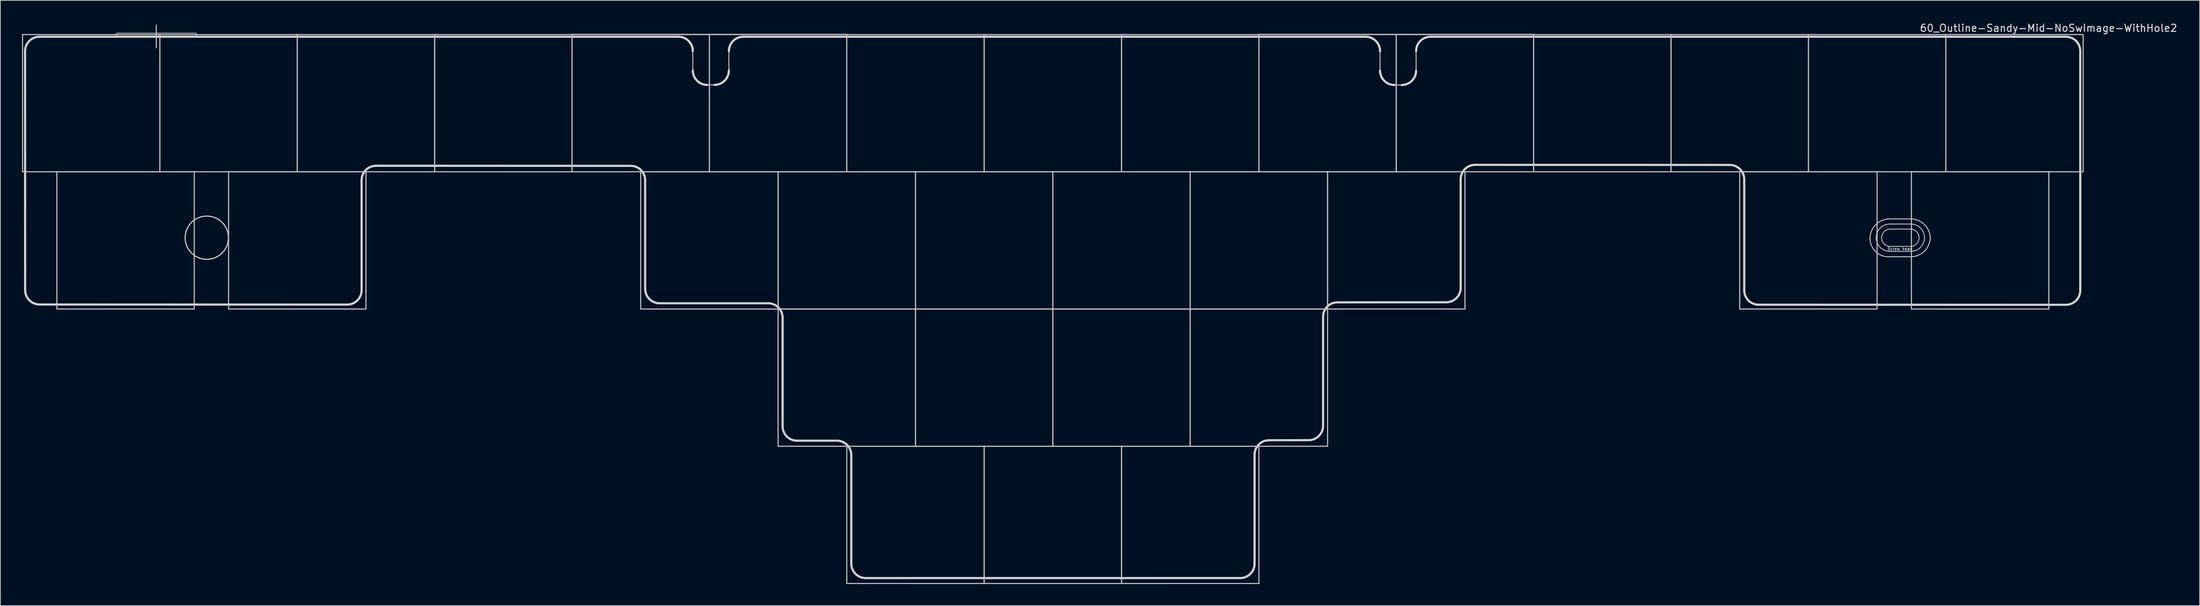
<source format=kicad_pcb>
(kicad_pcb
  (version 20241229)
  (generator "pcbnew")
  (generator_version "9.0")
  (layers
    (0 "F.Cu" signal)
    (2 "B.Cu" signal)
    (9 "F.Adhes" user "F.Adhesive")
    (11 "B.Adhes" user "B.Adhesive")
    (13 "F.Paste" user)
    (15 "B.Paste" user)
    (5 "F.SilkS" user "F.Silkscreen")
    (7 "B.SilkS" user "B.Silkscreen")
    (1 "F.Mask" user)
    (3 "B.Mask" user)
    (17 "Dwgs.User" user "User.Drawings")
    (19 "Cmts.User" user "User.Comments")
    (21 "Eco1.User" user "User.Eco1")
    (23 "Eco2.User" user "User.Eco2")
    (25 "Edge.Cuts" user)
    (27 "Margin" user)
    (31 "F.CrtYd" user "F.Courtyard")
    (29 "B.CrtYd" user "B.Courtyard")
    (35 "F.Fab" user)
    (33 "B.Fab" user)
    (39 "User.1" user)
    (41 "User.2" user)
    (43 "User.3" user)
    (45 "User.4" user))
  (footprint "60_Outline-Sandy-Mid-NoSwImage-WithHole2"
    (layer "F.Cu")
    (at 142.95 39.848)
    (property "Reference" "60_Outline-Sandy-Mid-NoSwImage-WithHole2" (at 138.075 -39 0) (layer "Edge.Cuts") (effects (font (size 1 1) (thickness 0.15))))
    (attr through_hole)
    (fp_line (start -142.875 -38.1) (end -123.825 -38.1) (stroke (width 0.15) (type solid)) (layer "Dwgs.User"))
    (fp_line (start -142.875 -19.05) (end -142.875 -38.1) (stroke (width 0.15) (type solid)) (layer "Dwgs.User"))
    (fp_line (start -138.113 -19.05) (end -119.062 -19.05) (stroke (width 0.15) (type solid)) (layer "Dwgs.User"))
    (fp_line (start -138.113 0) (end -138.113 -19.05) (stroke (width 0.15) (type solid)) (layer "Dwgs.User"))
    (fp_line (start -129.825 -38.3) (end -118.825 -38.3) (stroke (width 0.1) (type solid)) (layer "Dwgs.User"))
    (fp_line (start -124.325 -39.4) (end -124.325 -36.25) (stroke (width 0.15) (type solid)) (layer "Dwgs.User"))
    (fp_line (start -123.825 -38.1) (end -123.825 -19.05) (stroke (width 0.15) (type solid)) (layer "Dwgs.User"))
    (fp_line (start -123.825 -38.1) (end -104.775 -38.1) (stroke (width 0.15) (type solid)) (layer "Dwgs.User"))
    (fp_line (start -123.825 -19.05) (end -142.875 -19.05) (stroke (width 0.15) (type solid)) (layer "Dwgs.User"))
    (fp_line (start -123.825 -19.05) (end -123.825 -38.1) (stroke (width 0.15) (type solid)) (layer "Dwgs.User"))
    (fp_line (start -119.062 -19.05) (end -119.062 0) (stroke (width 0.15) (type solid)) (layer "Dwgs.User"))
    (fp_line (start -119.062 0) (end -138.113 0) (stroke (width 0.15) (type solid)) (layer "Dwgs.User"))
    (fp_line (start -114.3 -19.05) (end -95.25 -19.05) (stroke (width 0.15) (type solid)) (layer "Dwgs.User"))
    (fp_line (start -114.3 0) (end -114.3 -19.05) (stroke (width 0.15) (type solid)) (layer "Dwgs.User"))
    (fp_line (start -104.775 -38.1) (end -104.775 -19.05) (stroke (width 0.15) (type solid)) (layer "Dwgs.User"))
    (fp_line (start -104.775 -38.1) (end -85.725 -38.1) (stroke (width 0.15) (type solid)) (layer "Dwgs.User"))
    (fp_line (start -104.775 -19.05) (end -123.825 -19.05) (stroke (width 0.15) (type solid)) (layer "Dwgs.User"))
    (fp_line (start -104.775 -19.05) (end -104.775 -38.1) (stroke (width 0.15) (type solid)) (layer "Dwgs.User"))
    (fp_line (start -95.25 -19.05) (end -95.25 0) (stroke (width 0.15) (type solid)) (layer "Dwgs.User"))
    (fp_line (start -95.25 0) (end -114.3 0) (stroke (width 0.15) (type solid)) (layer "Dwgs.User"))
    (fp_line (start -85.725 -38.1) (end -85.725 -19.05) (stroke (width 0.15) (type solid)) (layer "Dwgs.User"))
    (fp_line (start -85.725 -38.1) (end -66.675 -38.1) (stroke (width 0.15) (type solid)) (layer "Dwgs.User"))
    (fp_line (start -85.725 -19.05) (end -104.775 -19.05) (stroke (width 0.15) (type solid)) (layer "Dwgs.User"))
    (fp_line (start -85.725 -19.05) (end -85.725 -38.1) (stroke (width 0.15) (type solid)) (layer "Dwgs.User"))
    (fp_line (start -66.7 -38.125) (end -47.65 -38.125) (stroke (width 0.15) (type solid)) (layer "Dwgs.User"))
    (fp_line (start -66.675 -38.1) (end -66.675 -19.05) (stroke (width 0.15) (type solid)) (layer "Dwgs.User"))
    (fp_line (start -66.675 -38.1) (end -47.625 -38.1) (stroke (width 0.15) (type solid)) (layer "Dwgs.User"))
    (fp_line (start -66.675 -19.05) (end -85.725 -19.05) (stroke (width 0.15) (type solid)) (layer "Dwgs.User"))
    (fp_line (start -66.675 -19.05) (end -66.675 -38.1) (stroke (width 0.15) (type solid)) (layer "Dwgs.User"))
    (fp_line (start -57.15 -19.05) (end -38.1 -19.05) (stroke (width 0.15) (type solid)) (layer "Dwgs.User"))
    (fp_line (start -57.15 0) (end -57.15 -19.05) (stroke (width 0.15) (type solid)) (layer "Dwgs.User"))
    (fp_line (start -47.65 -38.125) (end -28.6 -38.125) (stroke (width 0.15) (type solid)) (layer "Dwgs.User"))
    (fp_line (start -47.625 -38.1) (end -47.625 -19.05) (stroke (width 0.15) (type solid)) (layer "Dwgs.User"))
    (fp_line (start -47.625 -38.1) (end -28.575 -38.1) (stroke (width 0.15) (type solid)) (layer "Dwgs.User"))
    (fp_line (start -47.625 -19.05) (end -66.675 -19.05) (stroke (width 0.15) (type solid)) (layer "Dwgs.User"))
    (fp_line (start -47.625 -19.05) (end -47.625 -38.1) (stroke (width 0.15) (type solid)) (layer "Dwgs.User"))
    (fp_line (start -38.1 -19.05) (end -38.1 0) (stroke (width 0.15) (type solid)) (layer "Dwgs.User"))
    (fp_line (start -38.1 -19.05) (end -19.05 -19.05) (stroke (width 0.15) (type solid)) (layer "Dwgs.User"))
    (fp_line (start -38.1 0) (end -57.15 0) (stroke (width 0.15) (type solid)) (layer "Dwgs.User"))
    (fp_line (start -38.1 0) (end -38.1 -19.05) (stroke (width 0.15) (type solid)) (layer "Dwgs.User"))
    (fp_line (start -38.1 0) (end -19.05 0) (stroke (width 0.15) (type solid)) (layer "Dwgs.User"))
    (fp_line (start -38.1 19.05) (end -38.1 0) (stroke (width 0.15) (type solid)) (layer "Dwgs.User"))
    (fp_line (start -28.575 -38.1) (end -28.575 -19.05) (stroke (width 0.15) (type solid)) (layer "Dwgs.User"))
    (fp_line (start -28.575 -38.1) (end -9.525 -38.1) (stroke (width 0.15) (type solid)) (layer "Dwgs.User"))
    (fp_line (start -28.575 -19.05) (end -47.625 -19.05) (stroke (width 0.15) (type solid)) (layer "Dwgs.User"))
    (fp_line (start -28.575 -19.05) (end -28.575 -38.1) (stroke (width 0.15) (type solid)) (layer "Dwgs.User"))
    (fp_line (start -28.575 19.05) (end -9.525 19.05) (stroke (width 0.15) (type solid)) (layer "Dwgs.User"))
    (fp_line (start -28.575 38.1) (end -28.575 19.05) (stroke (width 0.15) (type solid)) (layer "Dwgs.User"))
    (fp_line (start -19.05 -19.05) (end -19.05 0) (stroke (width 0.15) (type solid)) (layer "Dwgs.User"))
    (fp_line (start -19.05 -19.05) (end 0 -19.05) (stroke (width 0.15) (type solid)) (layer "Dwgs.User"))
    (fp_line (start -19.05 0) (end -38.1 0) (stroke (width 0.15) (type solid)) (layer "Dwgs.User"))
    (fp_line (start -19.05 0) (end -19.05 -19.05) (stroke (width 0.15) (type solid)) (layer "Dwgs.User"))
    (fp_line (start -19.05 0) (end -19.05 19.05) (stroke (width 0.15) (type solid)) (layer "Dwgs.User"))
    (fp_line (start -19.05 0) (end 0 0) (stroke (width 0.15) (type solid)) (layer "Dwgs.User"))
    (fp_line (start -19.05 19.05) (end -38.1 19.05) (stroke (width 0.15) (type solid)) (layer "Dwgs.User"))
    (fp_line (start -19.05 19.05) (end -19.05 0) (stroke (width 0.15) (type solid)) (layer "Dwgs.User"))
    (fp_line (start -9.525 -38.1) (end -9.525 -19.05) (stroke (width 0.15) (type solid)) (layer "Dwgs.User"))
    (fp_line (start -9.525 -38.1) (end 9.525 -38.1) (stroke (width 0.15) (type solid)) (layer "Dwgs.User"))
    (fp_line (start -9.525 -19.05) (end -28.575 -19.05) (stroke (width 0.15) (type solid)) (layer "Dwgs.User"))
    (fp_line (start -9.525 -19.05) (end -9.525 -38.1) (stroke (width 0.15) (type solid)) (layer "Dwgs.User"))
    (fp_line (start -9.525 19.05) (end -9.525 38.1) (stroke (width 0.15) (type solid)) (layer "Dwgs.User"))
    (fp_line (start -9.525 19.05) (end 9.525 19.05) (stroke (width 0.15) (type solid)) (layer "Dwgs.User"))
    (fp_line (start -9.525 38.1) (end -28.575 38.1) (stroke (width 0.15) (type solid)) (layer "Dwgs.User"))
    (fp_line (start -9.525 38.1) (end -9.525 19.05) (stroke (width 0.15) (type solid)) (layer "Dwgs.User"))
    (fp_line (start 0 -19.05) (end 0 0) (stroke (width 0.15) (type solid)) (layer "Dwgs.User"))
    (fp_line (start 0 -19.05) (end 19.05 -19.05) (stroke (width 0.15) (type solid)) (layer "Dwgs.User"))
    (fp_line (start 0 0) (end -19.05 0) (stroke (width 0.15) (type solid)) (layer "Dwgs.User"))
    (fp_line (start 0 0) (end 0 -19.05) (stroke (width 0.15) (type solid)) (layer "Dwgs.User"))
    (fp_line (start 0 0) (end 0 19.05) (stroke (width 0.15) (type solid)) (layer "Dwgs.User"))
    (fp_line (start 0 0) (end 19.05 0) (stroke (width 0.15) (type solid)) (layer "Dwgs.User"))
    (fp_line (start 0 19.05) (end -19.05 19.05) (stroke (width 0.15) (type solid)) (layer "Dwgs.User"))
    (fp_line (start 0 19.05) (end 0 0) (stroke (width 0.15) (type solid)) (layer "Dwgs.User"))
    (fp_line (start 9.525 -38.1) (end 9.525 -19.05) (stroke (width 0.15) (type solid)) (layer "Dwgs.User"))
    (fp_line (start 9.525 -38.1) (end 28.575 -38.1) (stroke (width 0.15) (type solid)) (layer "Dwgs.User"))
    (fp_line (start 9.525 -19.05) (end -9.525 -19.05) (stroke (width 0.15) (type solid)) (layer "Dwgs.User"))
    (fp_line (start 9.525 -19.05) (end 9.525 -38.1) (stroke (width 0.15) (type solid)) (layer "Dwgs.User"))
    (fp_line (start 9.525 19.05) (end 9.525 38.1) (stroke (width 0.15) (type solid)) (layer "Dwgs.User"))
    (fp_line (start 9.525 19.05) (end 28.575 19.05) (stroke (width 0.15) (type solid)) (layer "Dwgs.User"))
    (fp_line (start 9.525 38.1) (end -9.525 38.1) (stroke (width 0.15) (type solid)) (layer "Dwgs.User"))
    (fp_line (start 9.525 38.1) (end 9.525 19.05) (stroke (width 0.15) (type solid)) (layer "Dwgs.User"))
    (fp_line (start 19.05 -19.05) (end 19.05 0) (stroke (width 0.15) (type solid)) (layer "Dwgs.User"))
    (fp_line (start 19.05 -19.05) (end 38.1 -19.05) (stroke (width 0.15) (type solid)) (layer "Dwgs.User"))
    (fp_line (start 19.05 0) (end 0 0) (stroke (width 0.15) (type solid)) (layer "Dwgs.User"))
    (fp_line (start 19.05 0) (end 19.05 -19.05) (stroke (width 0.15) (type solid)) (layer "Dwgs.User"))
    (fp_line (start 19.05 0) (end 19.05 19.05) (stroke (width 0.15) (type solid)) (layer "Dwgs.User"))
    (fp_line (start 19.05 0) (end 38.1 0) (stroke (width 0.15) (type solid)) (layer "Dwgs.User"))
    (fp_line (start 19.05 19.05) (end 0 19.05) (stroke (width 0.15) (type solid)) (layer "Dwgs.User"))
    (fp_line (start 19.05 19.05) (end 19.05 0) (stroke (width 0.15) (type solid)) (layer "Dwgs.User"))
    (fp_line (start 28.55 -38.125) (end 47.6 -38.125) (stroke (width 0.15) (type solid)) (layer "Dwgs.User"))
    (fp_line (start 28.575 -38.1) (end 28.575 -19.05) (stroke (width 0.15) (type solid)) (layer "Dwgs.User"))
    (fp_line (start 28.575 -38.1) (end 47.625 -38.1) (stroke (width 0.15) (type solid)) (layer "Dwgs.User"))
    (fp_line (start 28.575 -19.05) (end 9.525 -19.05) (stroke (width 0.15) (type solid)) (layer "Dwgs.User"))
    (fp_line (start 28.575 -19.05) (end 28.575 -38.1) (stroke (width 0.15) (type solid)) (layer "Dwgs.User"))
    (fp_line (start 28.575 19.05) (end 28.575 38.1) (stroke (width 0.15) (type solid)) (layer "Dwgs.User"))
    (fp_line (start 28.575 38.1) (end 9.525 38.1) (stroke (width 0.15) (type solid)) (layer "Dwgs.User"))
    (fp_line (start 38.1 -19.05) (end 38.1 0) (stroke (width 0.15) (type solid)) (layer "Dwgs.User"))
    (fp_line (start 38.1 -19.05) (end 57.15 -19.05) (stroke (width 0.15) (type solid)) (layer "Dwgs.User"))
    (fp_line (start 38.1 0) (end 19.05 0) (stroke (width 0.15) (type solid)) (layer "Dwgs.User"))
    (fp_line (start 38.1 0) (end 38.1 -19.05) (stroke (width 0.15) (type solid)) (layer "Dwgs.User"))
    (fp_line (start 38.1 0) (end 38.1 19.05) (stroke (width 0.15) (type solid)) (layer "Dwgs.User"))
    (fp_line (start 38.1 19.05) (end 19.05 19.05) (stroke (width 0.15) (type solid)) (layer "Dwgs.User"))
    (fp_line (start 47.6 -38.125) (end 66.65 -38.125) (stroke (width 0.15) (type solid)) (layer "Dwgs.User"))
    (fp_line (start 47.625 -38.1) (end 47.625 -19.05) (stroke (width 0.15) (type solid)) (layer "Dwgs.User"))
    (fp_line (start 47.625 -38.1) (end 66.675 -38.1) (stroke (width 0.15) (type solid)) (layer "Dwgs.User"))
    (fp_line (start 47.625 -19.05) (end 28.575 -19.05) (stroke (width 0.15) (type solid)) (layer "Dwgs.User"))
    (fp_line (start 47.625 -19.05) (end 47.625 -38.1) (stroke (width 0.15) (type solid)) (layer "Dwgs.User"))
    (fp_line (start 57.15 -19.05) (end 57.15 0) (stroke (width 0.15) (type solid)) (layer "Dwgs.User"))
    (fp_line (start 57.15 0) (end 38.1 0) (stroke (width 0.15) (type solid)) (layer "Dwgs.User"))
    (fp_line (start 66.675 -38.1) (end 66.675 -19.05) (stroke (width 0.15) (type solid)) (layer "Dwgs.User"))
    (fp_line (start 66.675 -38.1) (end 85.725 -38.1) (stroke (width 0.15) (type solid)) (layer "Dwgs.User"))
    (fp_line (start 66.675 -19.05) (end 47.625 -19.05) (stroke (width 0.15) (type solid)) (layer "Dwgs.User"))
    (fp_line (start 66.675 -19.05) (end 66.675 -38.1) (stroke (width 0.15) (type solid)) (layer "Dwgs.User"))
    (fp_line (start 85.725 -38.1) (end 85.725 -19.05) (stroke (width 0.15) (type solid)) (layer "Dwgs.User"))
    (fp_line (start 85.725 -38.1) (end 104.775 -38.1) (stroke (width 0.15) (type solid)) (layer "Dwgs.User"))
    (fp_line (start 85.725 -19.05) (end 66.675 -19.05) (stroke (width 0.15) (type solid)) (layer "Dwgs.User"))
    (fp_line (start 85.725 -19.05) (end 85.725 -38.1) (stroke (width 0.15) (type solid)) (layer "Dwgs.User"))
    (fp_line (start 95.25 -19.05) (end 114.3 -19.05) (stroke (width 0.15) (type solid)) (layer "Dwgs.User"))
    (fp_line (start 95.25 0) (end 95.25 -19.05) (stroke (width 0.15) (type solid)) (layer "Dwgs.User"))
    (fp_line (start 104.775 -38.1) (end 104.775 -19.05) (stroke (width 0.15) (type solid)) (layer "Dwgs.User"))
    (fp_line (start 104.775 -38.1) (end 123.825 -38.1) (stroke (width 0.15) (type solid)) (layer "Dwgs.User"))
    (fp_line (start 104.775 -19.05) (end 85.725 -19.05) (stroke (width 0.15) (type solid)) (layer "Dwgs.User"))
    (fp_line (start 104.775 -19.05) (end 104.775 -38.1) (stroke (width 0.15) (type solid)) (layer "Dwgs.User"))
    (fp_line (start 114.3 -19.05) (end 114.3 0) (stroke (width 0.15) (type solid)) (layer "Dwgs.User"))
    (fp_line (start 114.3 0) (end 95.25 0) (stroke (width 0.15) (type solid)) (layer "Dwgs.User"))
    (fp_line (start 116.075 -11.8) (end 118.975 -11.8) (stroke (width 0.12) (type solid)) (layer "Dwgs.User"))
    (fp_line (start 116.075 -8) (end 118.975 -8) (stroke (width 0.12) (type solid)) (layer "Dwgs.User"))
    (fp_line (start 116.123 -11.099) (end 118.923 -11.099) (stroke (width 0.12) (type solid)) (layer "Dwgs.User"))
    (fp_line (start 118.923 -8.699) (end 116.123 -8.699) (stroke (width 0.12) (type solid)) (layer "Dwgs.User"))
    (fp_line (start 119.062 -19.05) (end 138.113 -19.05) (stroke (width 0.15) (type solid)) (layer "Dwgs.User"))
    (fp_line (start 119.062 0) (end 119.062 -19.05) (stroke (width 0.15) (type solid)) (layer "Dwgs.User"))
    (fp_line (start 123.825 -38.1) (end 123.825 -19.05) (stroke (width 0.15) (type solid)) (layer "Dwgs.User"))
    (fp_line (start 123.825 -38.1) (end 142.875 -38.1) (stroke (width 0.15) (type solid)) (layer "Dwgs.User"))
    (fp_line (start 123.825 -19.05) (end 104.775 -19.05) (stroke (width 0.15) (type solid)) (layer "Dwgs.User"))
    (fp_line (start 123.825 -19.05) (end 123.825 -38.1) (stroke (width 0.15) (type solid)) (layer "Dwgs.User"))
    (fp_line (start 138.113 -19.05) (end 138.113 0) (stroke (width 0.15) (type solid)) (layer "Dwgs.User"))
    (fp_line (start 138.113 0) (end 119.062 0) (stroke (width 0.15) (type solid)) (layer "Dwgs.User"))
    (fp_line (start 142.875 -38.1) (end 142.875 -19.05) (stroke (width 0.15) (type solid)) (layer "Dwgs.User"))
    (fp_line (start 142.875 -19.05) (end 123.825 -19.05) (stroke (width 0.15) (type solid)) (layer "Dwgs.User"))
    (fp_arc (start -129.825 -38.30004) (mid -129.971447 -37.946487) (end -130.325 -37.80004) (stroke (width 0.1) (type solid)) (layer "Dwgs.User"))
    (fp_arc (start -118.325 -37.80004) (mid -118.678553 -37.946487) (end -118.825 -38.30004) (stroke (width 0.1) (type solid)) (layer "Dwgs.User"))
    (fp_arc (start 114.175 -9.90004) (mid 114.731497 -11.243543) (end 116.075 -11.80004) (stroke (width 0.12) (type solid)) (layer "Dwgs.User"))
    (fp_arc (start 114.923491 -9.898554) (mid 115.274967 -10.747076) (end 116.123491 -11.098554) (stroke (width 0.12) (type solid)) (layer "Dwgs.User"))
    (fp_arc (start 116.075 -8.00004) (mid 114.731497 -8.556537) (end 114.175 -9.90004) (stroke (width 0.12) (type solid)) (layer "Dwgs.User"))
    (fp_arc (start 116.123491 -8.698554) (mid 115.275003 -9.050059) (end 114.923491 -9.898554) (stroke (width 0.12) (type solid)) (layer "Dwgs.User"))
    (fp_arc (start 118.923491 -11.098554) (mid 119.772059 -10.747115) (end 120.123491 -9.898554) (stroke (width 0.12) (type solid)) (layer "Dwgs.User"))
    (fp_arc (start 118.975 -11.80004) (mid 120.318503 -11.243543) (end 120.875 -9.90004) (stroke (width 0.12) (type solid)) (layer "Dwgs.User"))
    (fp_arc (start 120.123491 -9.898554) (mid 119.772024 -9.05002) (end 118.923491 -8.698554) (stroke (width 0.12) (type solid)) (layer "Dwgs.User"))
    (fp_arc (start 120.875 -9.90004) (mid 120.318503 -8.556537) (end 118.975 -8.00004) (stroke (width 0.12) (type solid)) (layer "Dwgs.User"))
    (fp_circle (center -117.325 -9.9) (end -116.025 -9.9) (stroke (width 0.15) (type solid)) (fill no) (layer "Eco1.User"))
    (fp_circle (center -117.325 -9.9) (end -114.925 -9.9) (stroke (width 0.15) (type solid)) (fill no) (layer "Eco1.User"))
    (fp_circle (center -47.625 -33.55) (end -45.425 -33.55) (stroke (width 0.15) (type solid)) (fill no) (layer "Eco1.User"))
    (fp_circle (center 47.625 -33.55) (end 49.825 -33.55) (stroke (width 0.15) (type solid)) (fill no) (layer "Eco1.User"))
    (fp_line (start -142.511 -2.628) (end -142.525 -35.8) (stroke (width 0.3) (type solid)) (layer "Edge.Cuts"))
    (fp_line (start -140.511 -0.628) (end -97.855 -0.614) (stroke (width 0.3) (type solid)) (layer "Edge.Cuts"))
    (fp_line (start -95.855 -2.614) (end -95.855 -17.886) (stroke (width 0.3) (type solid)) (layer "Edge.Cuts"))
    (fp_line (start -93.855 -19.886) (end -58.535 -19.875) (stroke (width 0.3) (type solid)) (layer "Edge.Cuts"))
    (fp_line (start -56.535 -2.8) (end -56.535 -17.875) (stroke (width 0.3) (type solid)) (layer "Edge.Cuts"))
    (fp_line (start -54.535 -0.8) (end -39.475 -0.8) (stroke (width 0.3) (type solid)) (layer "Edge.Cuts"))
    (fp_line (start -51.925 -37.8) (end -140.525 -37.8) (stroke (width 0.3) (type solid)) (layer "Edge.Cuts"))
    (fp_line (start -49.925 -33.114) (end -49.925 -35.8) (stroke (width 0.12) (type solid)) (layer "Edge.Cuts"))
    (fp_line (start -47.925 -31.114) (end -46.925 -31.114) (stroke (width 0.12) (type solid)) (layer "Edge.Cuts"))
    (fp_line (start -44.925 -35.8) (end -44.925 -33.114) (stroke (width 0.12) (type solid)) (layer "Edge.Cuts"))
    (fp_line (start -37.475 16.275) (end -37.475 1.2) (stroke (width 0.3) (type solid)) (layer "Edge.Cuts"))
    (fp_line (start -35.475 18.275) (end -29.95 18.275) (stroke (width 0.3) (type solid)) (layer "Edge.Cuts"))
    (fp_line (start -27.95 35.35) (end -27.95 20.275) (stroke (width 0.3) (type solid)) (layer "Edge.Cuts"))
    (fp_line (start -25.95 37.35) (end 25.975 37.346) (stroke (width 0.3) (type solid)) (layer "Edge.Cuts"))
    (fp_line (start 27.975 35.346) (end 27.975 20.214) (stroke (width 0.3) (type solid)) (layer "Edge.Cuts"))
    (fp_line (start 29.975 18.214) (end 35.475 18.204) (stroke (width 0.3) (type solid)) (layer "Edge.Cuts"))
    (fp_line (start 37.475 16.204) (end 37.475 1.073) (stroke (width 0.3) (type solid)) (layer "Edge.Cuts"))
    (fp_line (start 39.475 -0.927) (end 54.555 -0.937) (stroke (width 0.3) (type solid)) (layer "Edge.Cuts"))
    (fp_line (start 43.375 -37.8) (end -42.925 -37.8) (stroke (width 0.3) (type solid)) (layer "Edge.Cuts"))
    (fp_line (start 45.375 -33.1) (end 45.375 -35.8) (stroke (width 0.12) (type solid)) (layer "Edge.Cuts"))
    (fp_line (start 47.375 -31.1) (end 48.375 -31.1) (stroke (width 0.12) (type solid)) (layer "Edge.Cuts"))
    (fp_line (start 50.375 -35.8) (end 50.375 -33.1) (stroke (width 0.12) (type solid)) (layer "Edge.Cuts"))
    (fp_line (start 56.555 -2.937) (end 56.555 -18.012) (stroke (width 0.3) (type solid)) (layer "Edge.Cuts"))
    (fp_line (start 58.555 -20.012) (end 93.875 -20.002) (stroke (width 0.3) (type solid)) (layer "Edge.Cuts"))
    (fp_line (start 95.875 -2.6) (end 95.875 -18.002) (stroke (width 0.3) (type solid)) (layer "Edge.Cuts"))
    (fp_line (start 97.875 -0.6) (end 140.475 -0.586) (stroke (width 0.3) (type solid)) (layer "Edge.Cuts"))
    (fp_line (start 115.922 -12.509) (end 118.822 -12.509) (stroke (width 0.12) (type solid)) (layer "Edge.Cuts"))
    (fp_line (start 116.022 -7.259) (end 118.922 -7.259) (stroke (width 0.12) (type solid)) (layer "Edge.Cuts"))
    (fp_line (start 140.475 -37.8) (end 52.375 -37.8) (stroke (width 0.3) (type solid)) (layer "Edge.Cuts"))
    (fp_line (start 142.475 -2.586) (end 142.475 -35.8) (stroke (width 0.3) (type solid)) (layer "Edge.Cuts"))
    (fp_arc (start -142.525 -35.80004) (mid -141.939214 -37.214254) (end -140.525 -37.80004) (stroke (width 0.3) (type solid)) (layer "Edge.Cuts"))
    (fp_arc (start -140.510786 -0.628468) (mid -141.925 -1.214254) (end -142.510786 -2.628468) (stroke (width 0.3) (type solid)) (layer "Edge.Cuts"))
    (fp_arc (start -95.855 -17.885826) (mid -95.269214 -19.30004) (end -93.855 -19.885826) (stroke (width 0.3) (type solid)) (layer "Edge.Cuts"))
    (fp_arc (start -95.855 -2.614254) (mid -96.440786 -1.20004) (end -97.855 -0.614254) (stroke (width 0.3) (type solid)) (layer "Edge.Cuts"))
    (fp_arc (start -58.535 -19.87504) (mid -57.120786 -19.289254) (end -56.535 -17.87504) (stroke (width 0.3) (type solid)) (layer "Edge.Cuts"))
    (fp_arc (start -54.535 -0.80004) (mid -55.949214 -1.385826) (end -56.535 -2.80004) (stroke (width 0.3) (type solid)) (layer "Edge.Cuts"))
    (fp_arc (start -51.925001 -37.800041) (mid -50.510787 -37.214255) (end -49.925001 -35.800041) (stroke (width 0.3) (type solid)) (layer "Edge.Cuts"))
    (fp_arc (start -47.925001 -31.114261) (mid -49.339212 -31.70005) (end -49.925001 -33.114261) (stroke (width 0.3) (type solid)) (layer "Edge.Cuts"))
    (fp_arc (start -44.925 -35.80004) (mid -44.339214 -37.214254) (end -42.925 -37.80004) (stroke (width 0.3) (type solid)) (layer "Edge.Cuts"))
    (fp_arc (start -44.925 -33.114261) (mid -45.510779 -31.70004) (end -46.925 -31.114261) (stroke (width 0.3) (type solid)) (layer "Edge.Cuts"))
    (fp_arc (start -39.475 -0.80004) (mid -38.060786 -0.214254) (end -37.475 1.19996) (stroke (width 0.3) (type solid)) (layer "Edge.Cuts"))
    (fp_arc (start -35.475 18.27496) (mid -36.889214 17.689174) (end -37.475 16.27496) (stroke (width 0.3) (type solid)) (layer "Edge.Cuts"))
    (fp_arc (start -29.95 18.27496) (mid -28.535786 18.860746) (end -27.95 20.27496) (stroke (width 0.3) (type solid)) (layer "Edge.Cuts"))
    (fp_arc (start -25.95 37.34996) (mid -27.364214 36.764174) (end -27.95 35.34996) (stroke (width 0.3) (type solid)) (layer "Edge.Cuts"))
    (fp_arc (start 27.975 20.214174) (mid 28.560781 18.799951) (end 29.975 18.214174) (stroke (width 0.3) (type solid)) (layer "Edge.Cuts"))
    (fp_arc (start 27.975 35.345746) (mid 27.389219 36.759969) (end 25.975 37.345746) (stroke (width 0.3) (type solid)) (layer "Edge.Cuts"))
    (fp_arc (start 37.475 1.072602) (mid 38.060786 -0.341613) (end 39.475 -0.927398) (stroke (width 0.3) (type solid)) (layer "Edge.Cuts"))
    (fp_arc (start 37.475 16.204174) (mid 36.889209 17.618379) (end 35.475 18.204174) (stroke (width 0.3) (type solid)) (layer "Edge.Cuts"))
    (fp_arc (start 43.375 -37.80004) (mid 44.789214 -37.214254) (end 45.375 -35.80004) (stroke (width 0.3) (type solid)) (layer "Edge.Cuts"))
    (fp_arc (start 47.375 -31.10004) (mid 45.960786 -31.685826) (end 45.375 -33.10004) (stroke (width 0.3) (type solid)) (layer "Edge.Cuts"))
    (fp_arc (start 50.375001 -35.800039) (mid 50.960787 -37.214253) (end 52.375001 -37.800039) (stroke (width 0.3) (type solid)) (layer "Edge.Cuts"))
    (fp_arc (start 50.375001 -33.10004) (mid 49.789215 -31.685826) (end 48.375001 -31.10004) (stroke (width 0.3) (type solid)) (layer "Edge.Cuts"))
    (fp_arc (start 56.555 -18.012398) (mid 57.140786 -19.426613) (end 58.555 -20.012398) (stroke (width 0.3) (type solid)) (layer "Edge.Cuts"))
    (fp_arc (start 56.555 -2.937398) (mid 55.969216 -1.523183) (end 54.555 -0.937398) (stroke (width 0.3) (type solid)) (layer "Edge.Cuts"))
    (fp_arc (start 93.875 -20.001612) (mid 95.289204 -19.415824) (end 95.875 -18.001612) (stroke (width 0.3) (type solid)) (layer "Edge.Cuts"))
    (fp_arc (start 97.875 -0.60004) (mid 96.460786 -1.185826) (end 95.875 -2.60004) (stroke (width 0.3) (type solid)) (layer "Edge.Cuts"))
    (fp_arc (start 113.322056 -9.659228) (mid 114.031794 -11.622728) (end 115.922056 -12.509228) (stroke (width 0.12) (type solid)) (layer "Edge.Cuts"))
    (fp_arc (start 116.022056 -7.259228) (mid 114.175024 -7.900056) (end 113.322056 -9.659228) (stroke (width 0.12) (type solid)) (layer "Edge.Cuts"))
    (fp_arc (start 118.822056 -12.509228) (mid 120.785558 -11.799499) (end 121.672056 -9.909228) (stroke (width 0.12) (type solid)) (layer "Edge.Cuts"))
    (fp_arc (start 121.672056 -9.909228) (mid 120.845888 -8.014672) (end 118.922056 -7.259228) (stroke (width 0.12) (type solid)) (layer "Edge.Cuts"))
    (fp_arc (start 140.475 -37.80004) (mid 141.889214 -37.214254) (end 142.475 -35.80004) (stroke (width 0.3) (type solid)) (layer "Edge.Cuts"))
    (fp_arc (start 142.475 -2.585826) (mid 141.889209 -1.171621) (end 140.475 -0.585826) (stroke (width 0.3) (type solid)) (layer "Edge.Cuts"))
    (fp_circle (center -117.325 -9.9) (end -114.325 -9.9) (stroke (width 0.15) (type solid)) (fill no) (layer "Edge.Cuts"))
    (fp_text user "Screw head" (at 117.475 -8.35 0) (layer "Dwgs.User") (effects (font (size 0.4 0.4) (thickness 0.08)))))
  (gr_rect
    (start -3 -3)
    (end 301.983 81.023)
    (stroke (width 0.1) (type default))
    (fill no)
    (layer "Edge.Cuts")))
</source>
